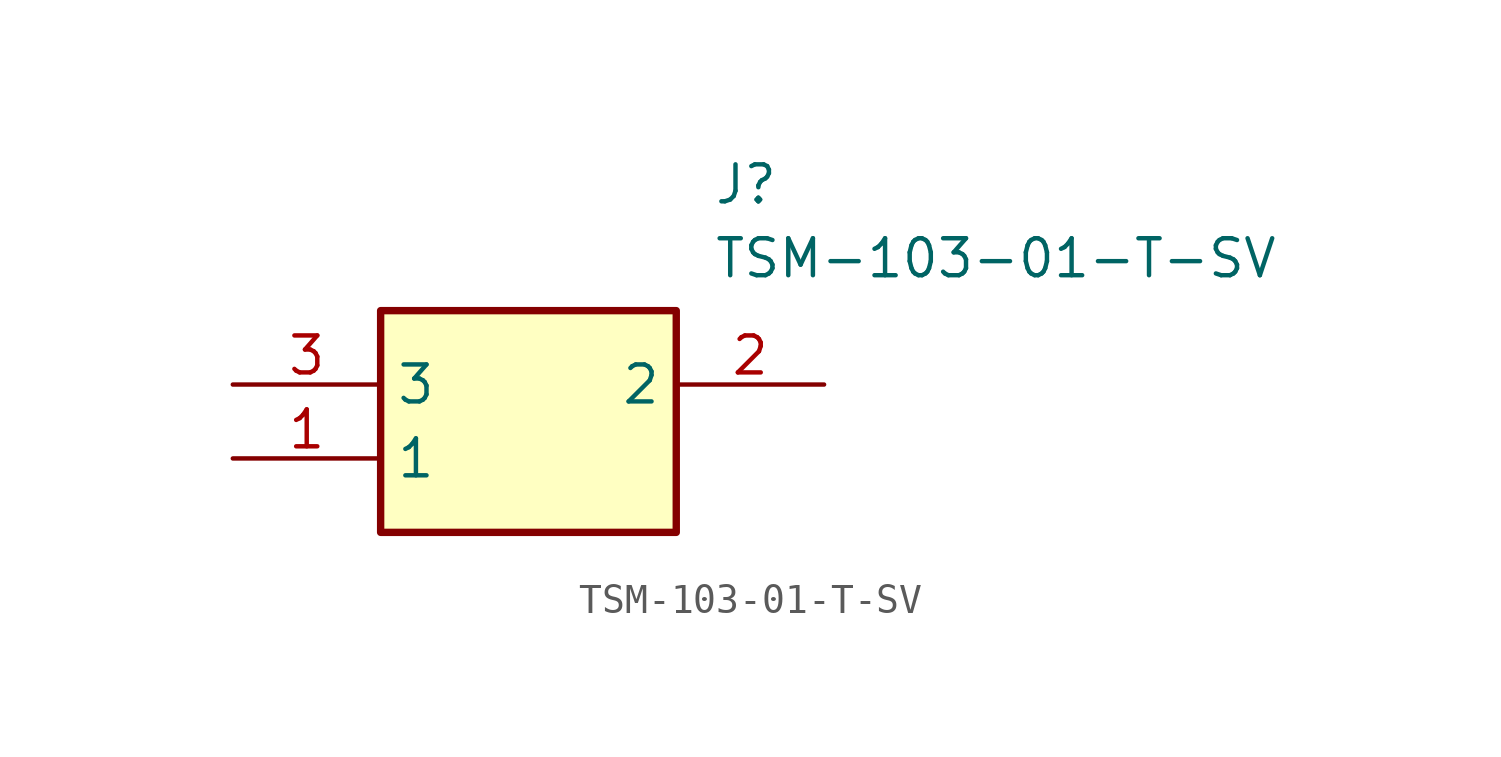
<source format=kicad_sym>
(kicad_symbol_lib
  (version 20211014)
  (generator SamacSys_ECAD_Model)
  (symbol "TSM-103-01-T-SV"
    (property "Reference" "J"
      (at 16.51 7.62 0)
      (effects (font (size 1.27 1.27)) (justify left top)))
    (property "Value" "TSM-103-01-T-SV"
      (at 16.51 5.08 0)
      (effects (font (size 1.27 1.27)) (justify left top)))
    (rectangle
      (start 5.08 2.54)
      (end 15.24 -5.08)
      (stroke (width 0.254) (type default))
      (fill (type background)))
    (pin passive line
      (at 0 -2.54 0)
      (length 5.08)
      (name "1" (effects (font (size 1.27 1.27))))
      (number "1" (effects (font (size 1.27 1.27)))))
    (pin passive line
      (at 20.32 0 180)
      (length 5.08)
      (name "2" (effects (font (size 1.27 1.27))))
      (number "2" (effects (font (size 1.27 1.27)))))
    (pin passive line
      (at 0 0 0)
      (length 5.08)
      (name "3" (effects (font (size 1.27 1.27))))
      (number "3" (effects (font (size 1.27 1.27)))))))
</source>
